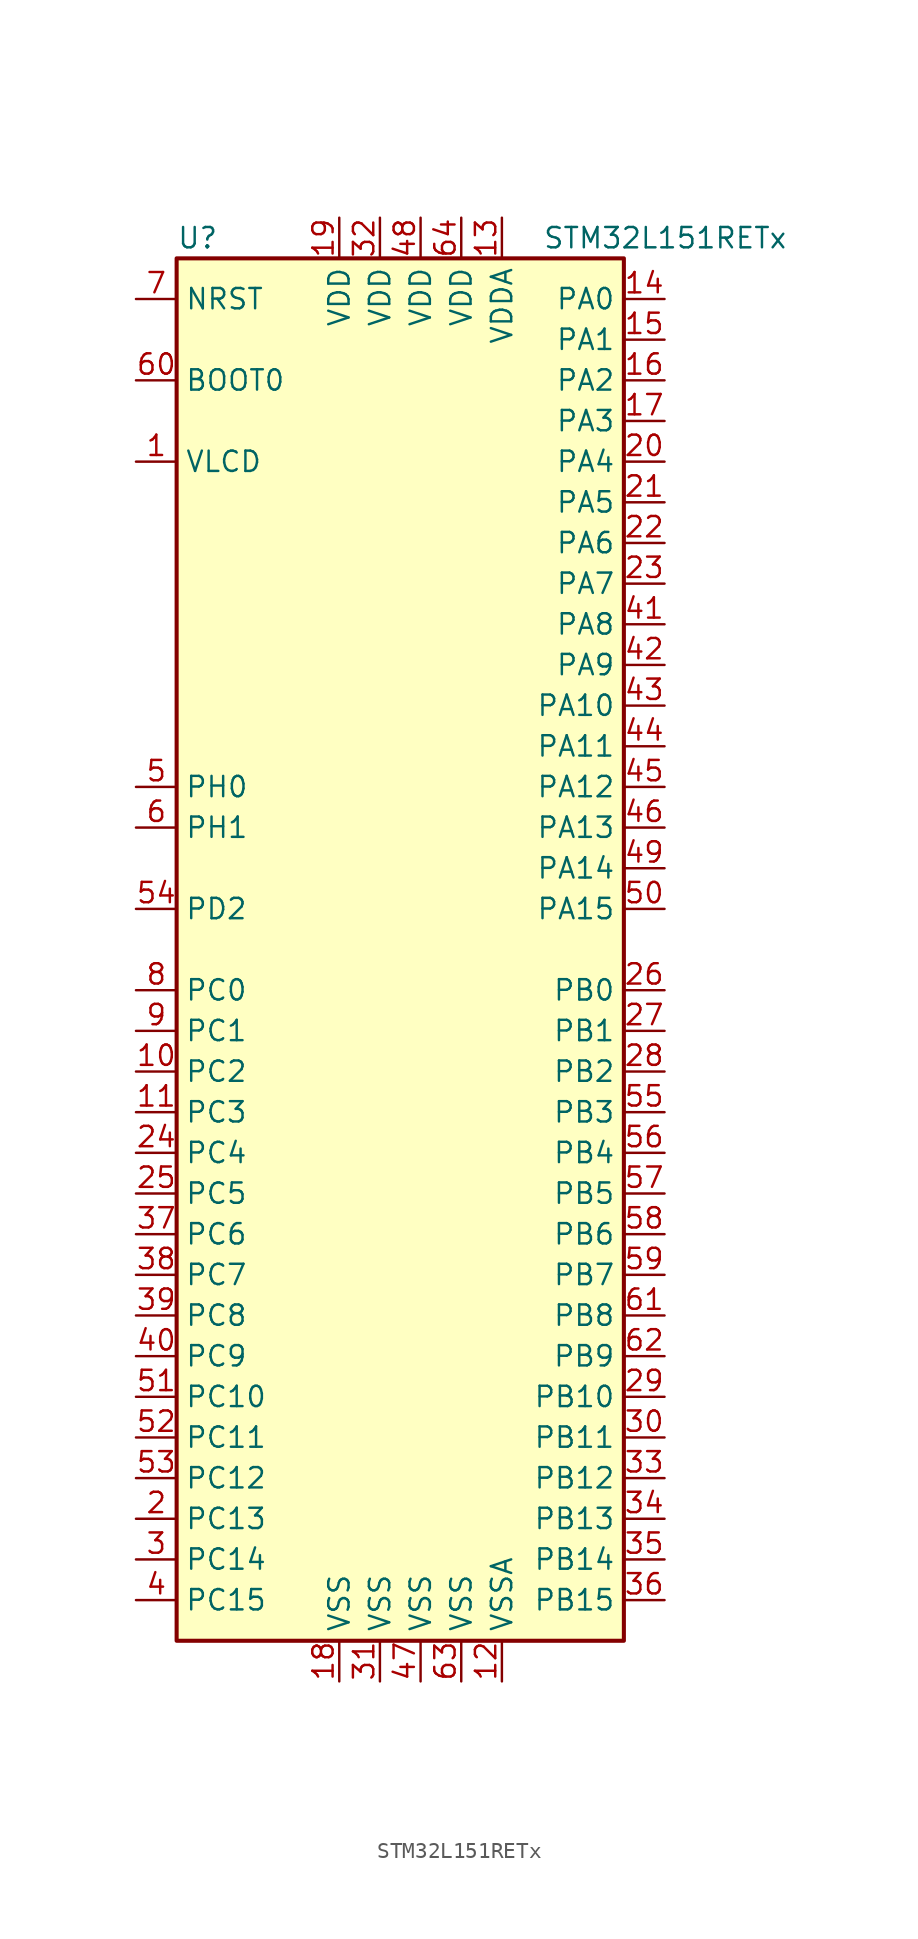
<source format=kicad_sym>
(kicad_symbol_lib
  (version 20201005)
  (generator kicad_symbol_editor)
  (symbol "STM32L151RETx"
    (property "Reference" "U"
      (at -15.24 44.45 0)
      (effects (font (size 1.27 1.27)) (justify left)))
    (property "Value" "STM32L151RETx"
      (at 7.62 44.45 0)
      (effects (font (size 1.27 1.27)) (justify left)))
    (symbol "STM32L151RETx_0_1"
      (rectangle (start -15.24 -43.18) (end 12.7 43.18) (stroke (width 0.254)) (fill (type background))))
    (symbol "STM32L151RETx_1_1"
      (pin power_in line (at -17.78 30.48 0) (length 2.54) (name "VLCD" (effects (font (size 1.27 1.27)))) (number "1" (effects (font (size 1.27 1.27)))))
      (pin bidirectional line (at -17.78 -7.62 0) (length 2.54) (name "PC2" (effects (font (size 1.27 1.27)))) (number "10" (effects (font (size 1.27 1.27)))))
      (pin bidirectional line (at -17.78 -10.16 0) (length 2.54) (name "PC3" (effects (font (size 1.27 1.27)))) (number "11" (effects (font (size 1.27 1.27)))))
      (pin power_in line (at 5.08 -45.72 90) (length 2.54) (name "VSSA" (effects (font (size 1.27 1.27)))) (number "12" (effects (font (size 1.27 1.27)))))
      (pin power_in line (at 5.08 45.72 270) (length 2.54) (name "VDDA" (effects (font (size 1.27 1.27)))) (number "13" (effects (font (size 1.27 1.27)))))
      (pin bidirectional line (at 15.24 40.64 180) (length 2.54) (name "PA0" (effects (font (size 1.27 1.27)))) (number "14" (effects (font (size 1.27 1.27)))))
      (pin bidirectional line (at 15.24 38.1 180) (length 2.54) (name "PA1" (effects (font (size 1.27 1.27)))) (number "15" (effects (font (size 1.27 1.27)))))
      (pin bidirectional line (at 15.24 35.56 180) (length 2.54) (name "PA2" (effects (font (size 1.27 1.27)))) (number "16" (effects (font (size 1.27 1.27)))))
      (pin bidirectional line (at 15.24 33.02 180) (length 2.54) (name "PA3" (effects (font (size 1.27 1.27)))) (number "17" (effects (font (size 1.27 1.27)))))
      (pin power_in line (at -5.08 -45.72 90) (length 2.54) (name "VSS" (effects (font (size 1.27 1.27)))) (number "18" (effects (font (size 1.27 1.27)))))
      (pin power_in line (at -5.08 45.72 270) (length 2.54) (name "VDD" (effects (font (size 1.27 1.27)))) (number "19" (effects (font (size 1.27 1.27)))))
      (pin bidirectional line (at -17.78 -35.56 0) (length 2.54) (name "PC13" (effects (font (size 1.27 1.27)))) (number "2" (effects (font (size 1.27 1.27)))))
      (pin bidirectional line (at 15.24 30.48 180) (length 2.54) (name "PA4" (effects (font (size 1.27 1.27)))) (number "20" (effects (font (size 1.27 1.27)))))
      (pin bidirectional line (at 15.24 27.94 180) (length 2.54) (name "PA5" (effects (font (size 1.27 1.27)))) (number "21" (effects (font (size 1.27 1.27)))))
      (pin bidirectional line (at 15.24 25.4 180) (length 2.54) (name "PA6" (effects (font (size 1.27 1.27)))) (number "22" (effects (font (size 1.27 1.27)))))
      (pin bidirectional line (at 15.24 22.86 180) (length 2.54) (name "PA7" (effects (font (size 1.27 1.27)))) (number "23" (effects (font (size 1.27 1.27)))))
      (pin bidirectional line (at -17.78 -12.7 0) (length 2.54) (name "PC4" (effects (font (size 1.27 1.27)))) (number "24" (effects (font (size 1.27 1.27)))))
      (pin bidirectional line (at -17.78 -15.24 0) (length 2.54) (name "PC5" (effects (font (size 1.27 1.27)))) (number "25" (effects (font (size 1.27 1.27)))))
      (pin bidirectional line (at 15.24 -2.54 180) (length 2.54) (name "PB0" (effects (font (size 1.27 1.27)))) (number "26" (effects (font (size 1.27 1.27)))))
      (pin bidirectional line (at 15.24 -5.08 180) (length 2.54) (name "PB1" (effects (font (size 1.27 1.27)))) (number "27" (effects (font (size 1.27 1.27)))))
      (pin bidirectional line (at 15.24 -7.62 180) (length 2.54) (name "PB2" (effects (font (size 1.27 1.27)))) (number "28" (effects (font (size 1.27 1.27)))))
      (pin bidirectional line (at 15.24 -27.94 180) (length 2.54) (name "PB10" (effects (font (size 1.27 1.27)))) (number "29" (effects (font (size 1.27 1.27)))))
      (pin bidirectional line (at -17.78 -38.1 0) (length 2.54) (name "PC14" (effects (font (size 1.27 1.27)))) (number "3" (effects (font (size 1.27 1.27)))))
      (pin bidirectional line (at 15.24 -30.48 180) (length 2.54) (name "PB11" (effects (font (size 1.27 1.27)))) (number "30" (effects (font (size 1.27 1.27)))))
      (pin power_in line (at -2.54 -45.72 90) (length 2.54) (name "VSS" (effects (font (size 1.27 1.27)))) (number "31" (effects (font (size 1.27 1.27)))))
      (pin power_in line (at -2.54 45.72 270) (length 2.54) (name "VDD" (effects (font (size 1.27 1.27)))) (number "32" (effects (font (size 1.27 1.27)))))
      (pin bidirectional line (at 15.24 -33.02 180) (length 2.54) (name "PB12" (effects (font (size 1.27 1.27)))) (number "33" (effects (font (size 1.27 1.27)))))
      (pin bidirectional line (at 15.24 -35.56 180) (length 2.54) (name "PB13" (effects (font (size 1.27 1.27)))) (number "34" (effects (font (size 1.27 1.27)))))
      (pin bidirectional line (at 15.24 -38.1 180) (length 2.54) (name "PB14" (effects (font (size 1.27 1.27)))) (number "35" (effects (font (size 1.27 1.27)))))
      (pin bidirectional line (at 15.24 -40.64 180) (length 2.54) (name "PB15" (effects (font (size 1.27 1.27)))) (number "36" (effects (font (size 1.27 1.27)))))
      (pin bidirectional line (at -17.78 -17.78 0) (length 2.54) (name "PC6" (effects (font (size 1.27 1.27)))) (number "37" (effects (font (size 1.27 1.27)))))
      (pin bidirectional line (at -17.78 -20.32 0) (length 2.54) (name "PC7" (effects (font (size 1.27 1.27)))) (number "38" (effects (font (size 1.27 1.27)))))
      (pin bidirectional line (at -17.78 -22.86 0) (length 2.54) (name "PC8" (effects (font (size 1.27 1.27)))) (number "39" (effects (font (size 1.27 1.27)))))
      (pin bidirectional line (at -17.78 -40.64 0) (length 2.54) (name "PC15" (effects (font (size 1.27 1.27)))) (number "4" (effects (font (size 1.27 1.27)))))
      (pin bidirectional line (at -17.78 -25.4 0) (length 2.54) (name "PC9" (effects (font (size 1.27 1.27)))) (number "40" (effects (font (size 1.27 1.27)))))
      (pin bidirectional line (at 15.24 20.32 180) (length 2.54) (name "PA8" (effects (font (size 1.27 1.27)))) (number "41" (effects (font (size 1.27 1.27)))))
      (pin bidirectional line (at 15.24 17.78 180) (length 2.54) (name "PA9" (effects (font (size 1.27 1.27)))) (number "42" (effects (font (size 1.27 1.27)))))
      (pin bidirectional line (at 15.24 15.24 180) (length 2.54) (name "PA10" (effects (font (size 1.27 1.27)))) (number "43" (effects (font (size 1.27 1.27)))))
      (pin bidirectional line (at 15.24 12.7 180) (length 2.54) (name "PA11" (effects (font (size 1.27 1.27)))) (number "44" (effects (font (size 1.27 1.27)))))
      (pin bidirectional line (at 15.24 10.16 180) (length 2.54) (name "PA12" (effects (font (size 1.27 1.27)))) (number "45" (effects (font (size 1.27 1.27)))))
      (pin bidirectional line (at 15.24 7.62 180) (length 2.54) (name "PA13" (effects (font (size 1.27 1.27)))) (number "46" (effects (font (size 1.27 1.27)))))
      (pin power_in line (at 0 -45.72 90) (length 2.54) (name "VSS" (effects (font (size 1.27 1.27)))) (number "47" (effects (font (size 1.27 1.27)))))
      (pin power_in line (at 0 45.72 270) (length 2.54) (name "VDD" (effects (font (size 1.27 1.27)))) (number "48" (effects (font (size 1.27 1.27)))))
      (pin bidirectional line (at 15.24 5.08 180) (length 2.54) (name "PA14" (effects (font (size 1.27 1.27)))) (number "49" (effects (font (size 1.27 1.27)))))
      (pin input line (at -17.78 10.16 0) (length 2.54) (name "PH0" (effects (font (size 1.27 1.27)))) (number "5" (effects (font (size 1.27 1.27)))))
      (pin bidirectional line (at 15.24 2.54 180) (length 2.54) (name "PA15" (effects (font (size 1.27 1.27)))) (number "50" (effects (font (size 1.27 1.27)))))
      (pin bidirectional line (at -17.78 -27.94 0) (length 2.54) (name "PC10" (effects (font (size 1.27 1.27)))) (number "51" (effects (font (size 1.27 1.27)))))
      (pin bidirectional line (at -17.78 -30.48 0) (length 2.54) (name "PC11" (effects (font (size 1.27 1.27)))) (number "52" (effects (font (size 1.27 1.27)))))
      (pin bidirectional line (at -17.78 -33.02 0) (length 2.54) (name "PC12" (effects (font (size 1.27 1.27)))) (number "53" (effects (font (size 1.27 1.27)))))
      (pin bidirectional line (at -17.78 2.54 0) (length 2.54) (name "PD2" (effects (font (size 1.27 1.27)))) (number "54" (effects (font (size 1.27 1.27)))))
      (pin bidirectional line (at 15.24 -10.16 180) (length 2.54) (name "PB3" (effects (font (size 1.27 1.27)))) (number "55" (effects (font (size 1.27 1.27)))))
      (pin bidirectional line (at 15.24 -12.7 180) (length 2.54) (name "PB4" (effects (font (size 1.27 1.27)))) (number "56" (effects (font (size 1.27 1.27)))))
      (pin bidirectional line (at 15.24 -15.24 180) (length 2.54) (name "PB5" (effects (font (size 1.27 1.27)))) (number "57" (effects (font (size 1.27 1.27)))))
      (pin bidirectional line (at 15.24 -17.78 180) (length 2.54) (name "PB6" (effects (font (size 1.27 1.27)))) (number "58" (effects (font (size 1.27 1.27)))))
      (pin bidirectional line (at 15.24 -20.32 180) (length 2.54) (name "PB7" (effects (font (size 1.27 1.27)))) (number "59" (effects (font (size 1.27 1.27)))))
      (pin input line (at -17.78 7.62 0) (length 2.54) (name "PH1" (effects (font (size 1.27 1.27)))) (number "6" (effects (font (size 1.27 1.27)))))
      (pin input line (at -17.78 35.56 0) (length 2.54) (name "BOOT0" (effects (font (size 1.27 1.27)))) (number "60" (effects (font (size 1.27 1.27)))))
      (pin bidirectional line (at 15.24 -22.86 180) (length 2.54) (name "PB8" (effects (font (size 1.27 1.27)))) (number "61" (effects (font (size 1.27 1.27)))))
      (pin bidirectional line (at 15.24 -25.4 180) (length 2.54) (name "PB9" (effects (font (size 1.27 1.27)))) (number "62" (effects (font (size 1.27 1.27)))))
      (pin power_in line (at 2.54 -45.72 90) (length 2.54) (name "VSS" (effects (font (size 1.27 1.27)))) (number "63" (effects (font (size 1.27 1.27)))))
      (pin power_in line (at 2.54 45.72 270) (length 2.54) (name "VDD" (effects (font (size 1.27 1.27)))) (number "64" (effects (font (size 1.27 1.27)))))
      (pin input line (at -17.78 40.64 0) (length 2.54) (name "NRST" (effects (font (size 1.27 1.27)))) (number "7" (effects (font (size 1.27 1.27)))))
      (pin bidirectional line (at -17.78 -2.54 0) (length 2.54) (name "PC0" (effects (font (size 1.27 1.27)))) (number "8" (effects (font (size 1.27 1.27)))))
      (pin bidirectional line (at -17.78 -5.08 0) (length 2.54) (name "PC1" (effects (font (size 1.27 1.27)))) (number "9" (effects (font (size 1.27 1.27))))))))
</source>
